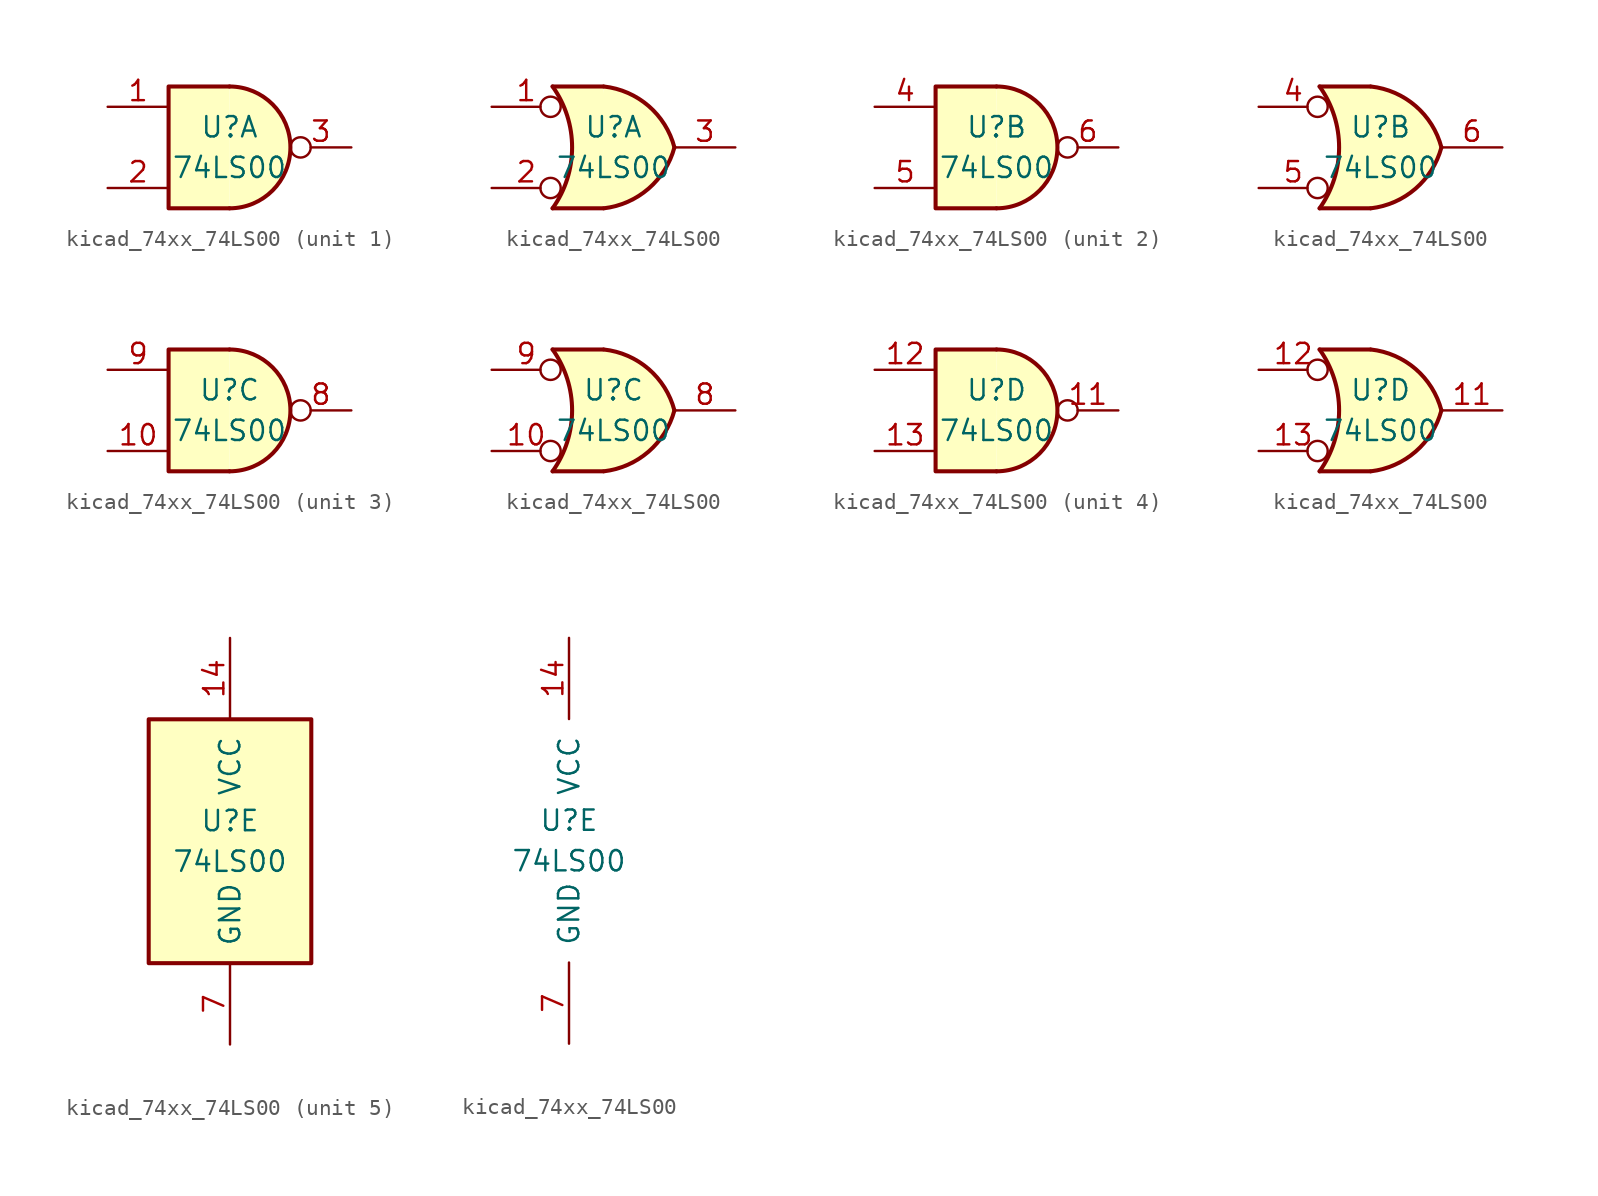
<source format=kicad_sym>
(kicad_symbol_lib
  (version 20220914)
  (generator kicad_symbol_editor)
  (symbol "kicad_74xx_74LS00"
    (pin_names
      (offset 1.016))
    (property "Reference" "U"
      (at 0 1.27 0)
      (effects (font (size 1.27 1.27))))
    (property "Value" "74LS00"
      (at 0 -1.27 0)
      (effects (font (size 1.27 1.27))))
    (property "ki_locked" ""
      (at 0 0 0)
      (effects (font (size 1.27 1.27))))
    (symbol "kicad_74xx_74LS00_1_1"
      (arc (start 0 -3.81) (mid 3.7934 0) (end 0 3.81) (stroke (width 0.254) (type default)) (fill (type background)))
      (polyline (pts (xy 0 3.81) (xy -3.81 3.81) (xy -3.81 -3.81) (xy 0 -3.81)) (stroke (width 0.254) (type default)) (fill (type background)))
      (pin input line (at -7.62 2.54 0) (length 3.81) (name "~" (effects (font (size 1.27 1.27)))) (number "1" (effects (font (size 1.27 1.27)))))
      (pin input line (at -7.62 -2.54 0) (length 3.81) (name "~" (effects (font (size 1.27 1.27)))) (number "2" (effects (font (size 1.27 1.27)))))
      (pin output inverted (at 7.62 0 180) (length 3.81) (name "~" (effects (font (size 1.27 1.27)))) (number "3" (effects (font (size 1.27 1.27))))))
    (symbol "kicad_74xx_74LS00_1_2"
      (arc (start -3.81 -3.81) (mid -2.589 0) (end -3.81 3.81) (stroke (width 0.254) (type default)) (fill (type none)))
      (arc (start -0.6096 -3.81) (mid 2.1842 -2.5851) (end 3.81 0) (stroke (width 0.254) (type default)) (fill (type background)))
      (polyline (pts (xy -3.81 -3.81) (xy -0.635 -3.81)) (stroke (width 0.254) (type default)) (fill (type background)))
      (polyline (pts (xy -3.81 3.81) (xy -0.635 3.81)) (stroke (width 0.254) (type default)) (fill (type background)))
      (polyline (pts (xy -0.635 3.81) (xy -3.81 3.81) (xy -3.81 3.81) (xy -3.556 3.404) (xy -3.023 2.261) (xy -2.692 1.041) (xy -2.616 -0.254) (xy -2.769 -1.499) (xy -3.175 -2.718) (xy -3.81 -3.81) (xy -3.81 -3.81) (xy -0.635 -3.81)) (stroke (width -25.4) (type default)) (fill (type background)))
      (arc (start 3.81 0) (mid 2.1915 2.5936) (end -0.6096 3.81) (stroke (width 0.254) (type default)) (fill (type background)))
      (pin input inverted (at -7.62 2.54 0) (length 4.318) (name "~" (effects (font (size 1.27 1.27)))) (number "1" (effects (font (size 1.27 1.27)))))
      (pin input inverted (at -7.62 -2.54 0) (length 4.318) (name "~" (effects (font (size 1.27 1.27)))) (number "2" (effects (font (size 1.27 1.27)))))
      (pin output line (at 7.62 0 180) (length 3.81) (name "~" (effects (font (size 1.27 1.27)))) (number "3" (effects (font (size 1.27 1.27))))))
    (symbol "kicad_74xx_74LS00_2_1"
      (arc (start 0 -3.81) (mid 3.7934 0) (end 0 3.81) (stroke (width 0.254) (type default)) (fill (type background)))
      (polyline (pts (xy 0 3.81) (xy -3.81 3.81) (xy -3.81 -3.81) (xy 0 -3.81)) (stroke (width 0.254) (type default)) (fill (type background)))
      (pin input line (at -7.62 2.54 0) (length 3.81) (name "~" (effects (font (size 1.27 1.27)))) (number "4" (effects (font (size 1.27 1.27)))))
      (pin input line (at -7.62 -2.54 0) (length 3.81) (name "~" (effects (font (size 1.27 1.27)))) (number "5" (effects (font (size 1.27 1.27)))))
      (pin output inverted (at 7.62 0 180) (length 3.81) (name "~" (effects (font (size 1.27 1.27)))) (number "6" (effects (font (size 1.27 1.27))))))
    (symbol "kicad_74xx_74LS00_2_2"
      (arc (start -3.81 -3.81) (mid -2.589 0) (end -3.81 3.81) (stroke (width 0.254) (type default)) (fill (type none)))
      (arc (start -0.6096 -3.81) (mid 2.1842 -2.5851) (end 3.81 0) (stroke (width 0.254) (type default)) (fill (type background)))
      (polyline (pts (xy -3.81 -3.81) (xy -0.635 -3.81)) (stroke (width 0.254) (type default)) (fill (type background)))
      (polyline (pts (xy -3.81 3.81) (xy -0.635 3.81)) (stroke (width 0.254) (type default)) (fill (type background)))
      (polyline (pts (xy -0.635 3.81) (xy -3.81 3.81) (xy -3.81 3.81) (xy -3.556 3.404) (xy -3.023 2.261) (xy -2.692 1.041) (xy -2.616 -0.254) (xy -2.769 -1.499) (xy -3.175 -2.718) (xy -3.81 -3.81) (xy -3.81 -3.81) (xy -0.635 -3.81)) (stroke (width -25.4) (type default)) (fill (type background)))
      (arc (start 3.81 0) (mid 2.1915 2.5936) (end -0.6096 3.81) (stroke (width 0.254) (type default)) (fill (type background)))
      (pin input inverted (at -7.62 2.54 0) (length 4.318) (name "~" (effects (font (size 1.27 1.27)))) (number "4" (effects (font (size 1.27 1.27)))))
      (pin input inverted (at -7.62 -2.54 0) (length 4.318) (name "~" (effects (font (size 1.27 1.27)))) (number "5" (effects (font (size 1.27 1.27)))))
      (pin output line (at 7.62 0 180) (length 3.81) (name "~" (effects (font (size 1.27 1.27)))) (number "6" (effects (font (size 1.27 1.27))))))
    (symbol "kicad_74xx_74LS00_3_1"
      (arc (start 0 -3.81) (mid 3.7934 0) (end 0 3.81) (stroke (width 0.254) (type default)) (fill (type background)))
      (polyline (pts (xy 0 3.81) (xy -3.81 3.81) (xy -3.81 -3.81) (xy 0 -3.81)) (stroke (width 0.254) (type default)) (fill (type background)))
      (pin input line (at -7.62 -2.54 0) (length 3.81) (name "~" (effects (font (size 1.27 1.27)))) (number "10" (effects (font (size 1.27 1.27)))))
      (pin output inverted (at 7.62 0 180) (length 3.81) (name "~" (effects (font (size 1.27 1.27)))) (number "8" (effects (font (size 1.27 1.27)))))
      (pin input line (at -7.62 2.54 0) (length 3.81) (name "~" (effects (font (size 1.27 1.27)))) (number "9" (effects (font (size 1.27 1.27))))))
    (symbol "kicad_74xx_74LS00_3_2"
      (arc (start -3.81 -3.81) (mid -2.589 0) (end -3.81 3.81) (stroke (width 0.254) (type default)) (fill (type none)))
      (arc (start -0.6096 -3.81) (mid 2.1842 -2.5851) (end 3.81 0) (stroke (width 0.254) (type default)) (fill (type background)))
      (polyline (pts (xy -3.81 -3.81) (xy -0.635 -3.81)) (stroke (width 0.254) (type default)) (fill (type background)))
      (polyline (pts (xy -3.81 3.81) (xy -0.635 3.81)) (stroke (width 0.254) (type default)) (fill (type background)))
      (polyline (pts (xy -0.635 3.81) (xy -3.81 3.81) (xy -3.81 3.81) (xy -3.556 3.404) (xy -3.023 2.261) (xy -2.692 1.041) (xy -2.616 -0.254) (xy -2.769 -1.499) (xy -3.175 -2.718) (xy -3.81 -3.81) (xy -3.81 -3.81) (xy -0.635 -3.81)) (stroke (width -25.4) (type default)) (fill (type background)))
      (arc (start 3.81 0) (mid 2.1915 2.5936) (end -0.6096 3.81) (stroke (width 0.254) (type default)) (fill (type background)))
      (pin input inverted (at -7.62 -2.54 0) (length 4.318) (name "~" (effects (font (size 1.27 1.27)))) (number "10" (effects (font (size 1.27 1.27)))))
      (pin output line (at 7.62 0 180) (length 3.81) (name "~" (effects (font (size 1.27 1.27)))) (number "8" (effects (font (size 1.27 1.27)))))
      (pin input inverted (at -7.62 2.54 0) (length 4.318) (name "~" (effects (font (size 1.27 1.27)))) (number "9" (effects (font (size 1.27 1.27))))))
    (symbol "kicad_74xx_74LS00_4_1"
      (arc (start 0 -3.81) (mid 3.7934 0) (end 0 3.81) (stroke (width 0.254) (type default)) (fill (type background)))
      (polyline (pts (xy 0 3.81) (xy -3.81 3.81) (xy -3.81 -3.81) (xy 0 -3.81)) (stroke (width 0.254) (type default)) (fill (type background)))
      (pin output inverted (at 7.62 0 180) (length 3.81) (name "~" (effects (font (size 1.27 1.27)))) (number "11" (effects (font (size 1.27 1.27)))))
      (pin input line (at -7.62 2.54 0) (length 3.81) (name "~" (effects (font (size 1.27 1.27)))) (number "12" (effects (font (size 1.27 1.27)))))
      (pin input line (at -7.62 -2.54 0) (length 3.81) (name "~" (effects (font (size 1.27 1.27)))) (number "13" (effects (font (size 1.27 1.27))))))
    (symbol "kicad_74xx_74LS00_4_2"
      (arc (start -3.81 -3.81) (mid -2.589 0) (end -3.81 3.81) (stroke (width 0.254) (type default)) (fill (type none)))
      (arc (start -0.6096 -3.81) (mid 2.1842 -2.5851) (end 3.81 0) (stroke (width 0.254) (type default)) (fill (type background)))
      (polyline (pts (xy -3.81 -3.81) (xy -0.635 -3.81)) (stroke (width 0.254) (type default)) (fill (type background)))
      (polyline (pts (xy -3.81 3.81) (xy -0.635 3.81)) (stroke (width 0.254) (type default)) (fill (type background)))
      (polyline (pts (xy -0.635 3.81) (xy -3.81 3.81) (xy -3.81 3.81) (xy -3.556 3.404) (xy -3.023 2.261) (xy -2.692 1.041) (xy -2.616 -0.254) (xy -2.769 -1.499) (xy -3.175 -2.718) (xy -3.81 -3.81) (xy -3.81 -3.81) (xy -0.635 -3.81)) (stroke (width -25.4) (type default)) (fill (type background)))
      (arc (start 3.81 0) (mid 2.1915 2.5936) (end -0.6096 3.81) (stroke (width 0.254) (type default)) (fill (type background)))
      (pin output line (at 7.62 0 180) (length 3.81) (name "~" (effects (font (size 1.27 1.27)))) (number "11" (effects (font (size 1.27 1.27)))))
      (pin input inverted (at -7.62 2.54 0) (length 4.318) (name "~" (effects (font (size 1.27 1.27)))) (number "12" (effects (font (size 1.27 1.27)))))
      (pin input inverted (at -7.62 -2.54 0) (length 4.318) (name "~" (effects (font (size 1.27 1.27)))) (number "13" (effects (font (size 1.27 1.27))))))
    (symbol "kicad_74xx_74LS00_5_0"
      (pin power_in line (at 0 12.7 270) (length 5.08) (name "VCC" (effects (font (size 1.27 1.27)))) (number "14" (effects (font (size 1.27 1.27)))))
      (pin power_in line (at 0 -12.7 90) (length 5.08) (name "GND" (effects (font (size 1.27 1.27)))) (number "7" (effects (font (size 1.27 1.27))))))
    (symbol "kicad_74xx_74LS00_5_1"
      (rectangle (start -5.08 7.62) (end 5.08 -7.62) (stroke (width 0.254) (type default)) (fill (type background))))))
</source>
